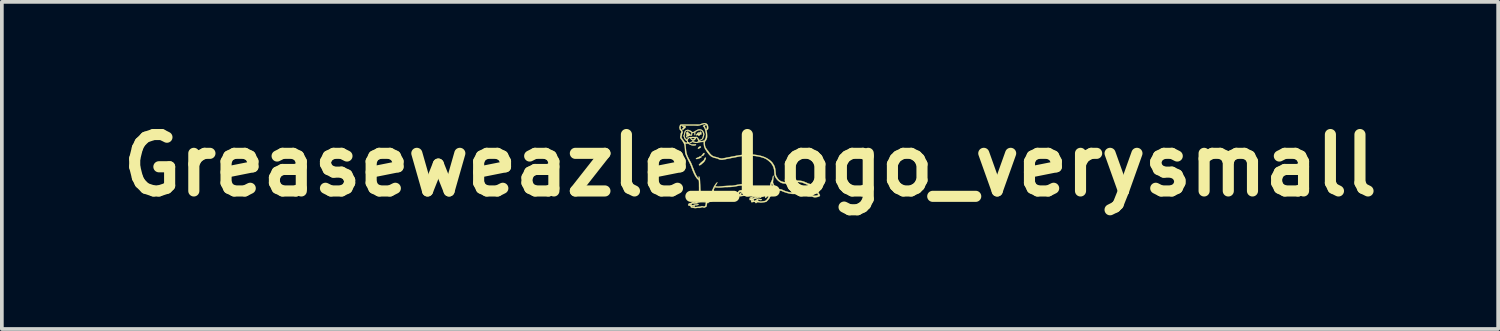
<source format=kicad_pcb>
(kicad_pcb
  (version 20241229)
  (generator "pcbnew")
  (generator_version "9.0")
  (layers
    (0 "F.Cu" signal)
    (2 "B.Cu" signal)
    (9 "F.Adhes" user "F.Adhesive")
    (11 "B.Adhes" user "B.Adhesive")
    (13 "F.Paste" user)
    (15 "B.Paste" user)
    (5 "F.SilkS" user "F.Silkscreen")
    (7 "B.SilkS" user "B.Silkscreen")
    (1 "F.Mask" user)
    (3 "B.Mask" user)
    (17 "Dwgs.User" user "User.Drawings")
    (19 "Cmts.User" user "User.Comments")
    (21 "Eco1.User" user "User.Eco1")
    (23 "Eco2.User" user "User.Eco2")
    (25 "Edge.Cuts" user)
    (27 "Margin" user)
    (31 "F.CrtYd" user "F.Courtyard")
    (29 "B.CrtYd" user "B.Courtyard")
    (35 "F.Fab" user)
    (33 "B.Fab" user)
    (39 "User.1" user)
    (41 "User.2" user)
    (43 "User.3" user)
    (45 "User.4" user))
  (footprint "Greaseweazle_Logo_verysmall"
    (layer "F.Cu")
    (at 17.207 1.418)
    (property "Reference" "Greaseweazle_Logo_verysmall" (at 0 0 0) (layer "F.SilkS") (effects (font (size 1.524 1.524) (thickness 0.3))))
    (attr through_hole)
    (fp_poly (pts (xy -1.712 -0.799) (xy -1.708 -0.797) (xy -1.698 -0.79) (xy -1.691 -0.781) (xy -1.687 -0.772) (xy -1.687 -0.764) (xy -1.692 -0.759) (xy -1.699 -0.756) (xy -1.704 -0.757) (xy -1.711 -0.761) (xy -1.715 -0.764) (xy -1.722 -0.773) (xy -1.726 -0.783) (xy -1.726 -0.788) (xy -1.727 -0.798) (xy -1.725 -0.802) (xy -1.721 -0.802) (xy -1.712 -0.799)) (stroke (width 0.01) (type solid)) (fill yes) (layer "F.SilkS"))
    (fp_poly (pts (xy -1.333 -0.511) (xy -1.329 -0.509) (xy -1.327 -0.505) (xy -1.327 -0.5) (xy -1.328 -0.494) (xy -1.33 -0.489) (xy -1.336 -0.484) (xy -1.345 -0.477) (xy -1.346 -0.477) (xy -1.358 -0.47) (xy -1.371 -0.463) (xy -1.384 -0.457) (xy -1.395 -0.453) (xy -1.403 -0.451) (xy -1.403 -0.451) (xy -1.406 -0.453) (xy -1.407 -0.456) (xy -1.405 -0.463) (xy -1.4 -0.473) (xy -1.393 -0.484) (xy -1.386 -0.492) (xy -1.373 -0.502) (xy -1.356 -0.509) (xy -1.342 -0.511) (xy -1.333 -0.511)) (stroke (width 0.01) (type solid)) (fill yes) (layer "F.SilkS"))
    (fp_poly (pts (xy -1.235 -0.332) (xy -1.232 -0.325) (xy -1.233 -0.315) (xy -1.237 -0.304) (xy -1.249 -0.285) (xy -1.261 -0.271) (xy -1.275 -0.262) (xy -1.28 -0.261) (xy -1.29 -0.257) (xy -1.299 -0.252) (xy -1.301 -0.25) (xy -1.306 -0.246) (xy -1.31 -0.248) (xy -1.311 -0.255) (xy -1.309 -0.264) (xy -1.304 -0.272) (xy -1.3 -0.276) (xy -1.295 -0.28) (xy -1.287 -0.288) (xy -1.28 -0.299) (xy -1.278 -0.301) (xy -1.266 -0.319) (xy -1.255 -0.33) (xy -1.246 -0.335) (xy -1.24 -0.336) (xy -1.235 -0.332)) (stroke (width 0.01) (type solid)) (fill yes) (layer "F.SilkS"))
    (fp_poly (pts (xy -1.318 -0.217) (xy -1.349 -0.202) (xy -1.371 -0.193) (xy -1.393 -0.185) (xy -1.413 -0.179) (xy -1.43 -0.175) (xy -1.444 -0.174) (xy -1.453 -0.175) (xy -1.453 -0.176) (xy -1.458 -0.178) (xy -1.46 -0.179) (xy -1.46 -0.182) (xy -1.459 -0.185) (xy -1.453 -0.192) (xy -1.441 -0.199) (xy -1.423 -0.207) (xy -1.412 -0.211) (xy -1.397 -0.217) (xy -1.383 -0.224) (xy -1.371 -0.231) (xy -1.371 -0.231) (xy -1.36 -0.238) (xy -1.349 -0.242) (xy -1.336 -0.244) (xy -1.336 -0.244) (xy -1.318 -0.245) (xy -1.318 -0.217)) (stroke (width 0.01) (type solid)) (fill yes) (layer "F.SilkS"))
    (fp_poly (pts (xy -0.017 0.627) (xy -0.012 0.648) (xy -0.01 0.666) (xy -0.012 0.682) (xy -0.016 0.699) (xy -0.017 0.7) (xy -0.021 0.71) (xy -0.024 0.716) (xy -0.028 0.719) (xy -0.034 0.72) (xy -0.035 0.72) (xy -0.044 0.72) (xy -0.05 0.717) (xy -0.05 0.717) (xy -0.053 0.71) (xy -0.053 0.698) (xy -0.05 0.684) (xy -0.048 0.68) (xy -0.046 0.671) (xy -0.044 0.663) (xy -0.044 0.652) (xy -0.045 0.636) (xy -0.045 0.635) (xy -0.046 0.622) (xy -0.047 0.612) (xy -0.047 0.606) (xy -0.047 0.605) (xy -0.043 0.604) (xy -0.036 0.603) (xy -0.035 0.603) (xy -0.024 0.602) (xy -0.017 0.627)) (stroke (width 0.01) (type solid)) (fill yes) (layer "F.SilkS"))
    (fp_poly (pts (xy -1.195 -0.206) (xy -1.192 -0.204) (xy -1.192 -0.2) (xy -1.192 -0.198) (xy -1.204 -0.161) (xy -1.221 -0.127) (xy -1.243 -0.096) (xy -1.271 -0.068) (xy -1.284 -0.058) (xy -1.295 -0.049) (xy -1.306 -0.039) (xy -1.314 -0.032) (xy -1.325 -0.022) (xy -1.338 -0.014) (xy -1.35 -0.008) (xy -1.362 -0.005) (xy -1.371 -0.005) (xy -1.374 -0.007) (xy -1.377 -0.013) (xy -1.378 -0.02) (xy -1.377 -0.027) (xy -1.371 -0.031) (xy -1.368 -0.032) (xy -1.362 -0.035) (xy -1.359 -0.038) (xy -1.359 -0.038) (xy -1.356 -0.043) (xy -1.349 -0.052) (xy -1.337 -0.064) (xy -1.322 -0.078) (xy -1.302 -0.095) (xy -1.29 -0.105) (xy -1.247 -0.141) (xy -1.232 -0.174) (xy -1.216 -0.206) (xy -1.203 -0.206) (xy -1.195 -0.206)) (stroke (width 0.01) (type solid)) (fill yes) (layer "F.SilkS"))
    (fp_poly (pts (xy 0.501 0.679) (xy 0.507 0.688) (xy 0.512 0.702) (xy 0.513 0.713) (xy 0.514 0.722) (xy 0.513 0.729) (xy 0.509 0.737) (xy 0.503 0.745) (xy 0.497 0.755) (xy 0.49 0.769) (xy 0.482 0.784) (xy 0.476 0.797) (xy 0.467 0.817) (xy 0.459 0.833) (xy 0.452 0.845) (xy 0.445 0.854) (xy 0.438 0.862) (xy 0.432 0.868) (xy 0.424 0.875) (xy 0.42 0.878) (xy 0.417 0.879) (xy 0.415 0.877) (xy 0.413 0.876) (xy 0.411 0.87) (xy 0.41 0.861) (xy 0.41 0.856) (xy 0.411 0.844) (xy 0.414 0.831) (xy 0.421 0.817) (xy 0.431 0.8) (xy 0.444 0.78) (xy 0.459 0.759) (xy 0.49 0.719) (xy 0.488 0.698) (xy 0.487 0.686) (xy 0.487 0.68) (xy 0.489 0.677) (xy 0.492 0.676) (xy 0.494 0.676) (xy 0.501 0.679)) (stroke (width 0.01) (type solid)) (fill yes) (layer "F.SilkS"))
    (fp_poly (pts (xy -1.793 -1.069) (xy -1.778 -1.065) (xy -1.763 -1.06) (xy -1.736 -1.05) (xy -1.738 -1.037) (xy -1.741 -1.027) (xy -1.745 -1.019) (xy -1.752 -1.011) (xy -1.764 -1.003) (xy -1.771 -0.999) (xy -1.783 -0.991) (xy -1.79 -0.985) (xy -1.795 -0.978) (xy -1.796 -0.975) (xy -1.8 -0.967) (xy -1.805 -0.963) (xy -1.811 -0.962) (xy -1.819 -0.961) (xy -1.824 -0.964) (xy -1.824 -0.964) (xy -1.825 -0.97) (xy -1.826 -0.979) (xy -1.826 -0.981) (xy -1.823 -0.996) (xy -1.813 -1.01) (xy -1.799 -1.022) (xy -1.796 -1.024) (xy -1.788 -1.03) (xy -1.783 -1.034) (xy -1.781 -1.036) (xy -1.784 -1.038) (xy -1.791 -1.041) (xy -1.799 -1.043) (xy -1.814 -1.047) (xy -1.824 -1.051) (xy -1.829 -1.054) (xy -1.831 -1.057) (xy -1.832 -1.062) (xy -1.831 -1.068) (xy -1.827 -1.07) (xy -1.822 -1.07) (xy -1.807 -1.07) (xy -1.793 -1.069)) (stroke (width 0.01) (type solid)) (fill yes) (layer "F.SilkS"))
    (fp_poly (pts (xy -1.328 -0.909) (xy -1.321 -0.902) (xy -1.317 -0.889) (xy -1.315 -0.871) (xy -1.314 -0.862) (xy -1.314 -0.838) (xy -1.327 -0.838) (xy -1.336 -0.837) (xy -1.342 -0.833) (xy -1.348 -0.827) (xy -1.359 -0.816) (xy -1.372 -0.808) (xy -1.385 -0.805) (xy -1.396 -0.807) (xy -1.402 -0.811) (xy -1.409 -0.818) (xy -1.411 -0.82) (xy -1.42 -0.831) (xy -1.427 -0.824) (xy -1.436 -0.818) (xy -1.444 -0.816) (xy -1.452 -0.818) (xy -1.456 -0.823) (xy -1.456 -0.828) (xy -1.452 -0.833) (xy -1.445 -0.84) (xy -1.435 -0.85) (xy -1.431 -0.856) (xy -1.391 -0.856) (xy -1.389 -0.849) (xy -1.387 -0.847) (xy -1.381 -0.847) (xy -1.373 -0.85) (xy -1.367 -0.855) (xy -1.365 -0.859) (xy -1.367 -0.862) (xy -1.375 -0.864) (xy -1.378 -0.864) (xy -1.386 -0.863) (xy -1.39 -0.861) (xy -1.391 -0.856) (xy -1.391 -0.856) (xy -1.431 -0.856) (xy -1.427 -0.861) (xy -1.424 -0.865) (xy -1.419 -0.873) (xy -1.413 -0.878) (xy -1.404 -0.882) (xy -1.395 -0.886) (xy -1.379 -0.89) (xy -1.365 -0.892) (xy -1.359 -0.891) (xy -1.343 -0.89) (xy -1.343 -0.901) (xy -1.342 -0.908) (xy -1.339 -0.911) (xy -1.338 -0.911) (xy -1.328 -0.909)) (stroke (width 0.01) (type solid)) (fill yes) (layer "F.SilkS"))
    (fp_poly (pts (xy -1.676 -0.911) (xy -1.669 -0.909) (xy -1.665 -0.905) (xy -1.664 -0.9) (xy -1.665 -0.893) (xy -1.668 -0.889) (xy -1.675 -0.885) (xy -1.682 -0.881) (xy -1.685 -0.877) (xy -1.685 -0.877) (xy -1.681 -0.875) (xy -1.673 -0.873) (xy -1.665 -0.872) (xy -1.656 -0.87) (xy -1.649 -0.868) (xy -1.648 -0.867) (xy -1.645 -0.864) (xy -1.639 -0.859) (xy -1.632 -0.855) (xy -1.623 -0.848) (xy -1.615 -0.841) (xy -1.611 -0.837) (xy -1.607 -0.827) (xy -1.605 -0.817) (xy -1.605 -0.807) (xy -1.606 -0.803) (xy -1.609 -0.801) (xy -1.613 -0.801) (xy -1.621 -0.804) (xy -1.621 -0.804) (xy -1.633 -0.81) (xy -1.642 -0.8) (xy -1.647 -0.795) (xy -1.653 -0.792) (xy -1.661 -0.791) (xy -1.667 -0.791) (xy -1.679 -0.791) (xy -1.688 -0.794) (xy -1.696 -0.799) (xy -1.703 -0.806) (xy -1.707 -0.813) (xy -1.71 -0.824) (xy -1.71 -0.824) (xy -1.712 -0.837) (xy -1.715 -0.845) (xy -1.689 -0.845) (xy -1.687 -0.84) (xy -1.684 -0.836) (xy -1.679 -0.834) (xy -1.672 -0.836) (xy -1.669 -0.837) (xy -1.662 -0.841) (xy -1.658 -0.843) (xy -1.657 -0.844) (xy -1.658 -0.846) (xy -1.663 -0.849) (xy -1.67 -0.85) (xy -1.677 -0.851) (xy -1.686 -0.849) (xy -1.689 -0.845) (xy -1.715 -0.845) (xy -1.716 -0.849) (xy -1.718 -0.853) (xy -1.722 -0.867) (xy -1.72 -0.88) (xy -1.714 -0.893) (xy -1.704 -0.903) (xy -1.692 -0.909) (xy -1.677 -0.911) (xy -1.676 -0.911)) (stroke (width 0.01) (type solid)) (fill yes) (layer "F.SilkS"))
    (fp_poly (pts (xy -1.206 -1.139) (xy -1.193 -1.137) (xy -1.186 -1.134) (xy -1.184 -1.132) (xy -1.182 -1.128) (xy -1.178 -1.125) (xy -1.169 -1.121) (xy -1.158 -1.112) (xy -1.149 -1.102) (xy -1.143 -1.093) (xy -1.136 -1.072) (xy -1.132 -1.047) (xy -1.13 -1.018) (xy -1.131 -1.004) (xy -1.131 -0.995) (xy -1.133 -0.988) (xy -1.136 -0.983) (xy -1.14 -0.978) (xy -1.146 -0.971) (xy -1.149 -0.964) (xy -1.149 -0.963) (xy -1.152 -0.96) (xy -1.16 -0.959) (xy -1.167 -0.959) (xy -1.172 -0.957) (xy -1.175 -0.954) (xy -1.175 -0.947) (xy -1.174 -0.936) (xy -1.171 -0.921) (xy -1.17 -0.916) (xy -1.166 -0.895) (xy -1.163 -0.871) (xy -1.161 -0.845) (xy -1.16 -0.819) (xy -1.159 -0.794) (xy -1.16 -0.771) (xy -1.161 -0.752) (xy -1.164 -0.739) (xy -1.169 -0.723) (xy -1.177 -0.706) (xy -1.186 -0.687) (xy -1.196 -0.671) (xy -1.206 -0.658) (xy -1.209 -0.655) (xy -1.221 -0.643) (xy -1.221 -0.597) (xy -1.22 -0.576) (xy -1.22 -0.559) (xy -1.218 -0.544) (xy -1.215 -0.53) (xy -1.213 -0.521) (xy -1.21 -0.509) (xy -1.207 -0.499) (xy -1.203 -0.49) (xy -1.198 -0.48) (xy -1.19 -0.468) (xy -1.18 -0.452) (xy -1.175 -0.445) (xy -1.165 -0.431) (xy -1.156 -0.418) (xy -1.149 -0.408) (xy -1.143 -0.402) (xy -1.141 -0.4) (xy -1.137 -0.397) (xy -1.134 -0.393) (xy -1.131 -0.388) (xy -1.125 -0.379) (xy -1.117 -0.367) (xy -1.107 -0.353) (xy -1.102 -0.346) (xy -1.079 -0.317) (xy -1.058 -0.294) (xy -1.037 -0.275) (xy -1.015 -0.259) (xy -0.992 -0.247) (xy -0.966 -0.237) (xy -0.936 -0.23) (xy -0.925 -0.227) (xy -0.906 -0.223) (xy -0.886 -0.218) (xy -0.868 -0.212) (xy -0.858 -0.208) (xy -0.837 -0.2) (xy -0.818 -0.195) (xy -0.8 -0.191) (xy -0.779 -0.188) (xy -0.775 -0.187) (xy -0.77 -0.187) (xy -0.764 -0.187) (xy -0.759 -0.187) (xy -0.752 -0.187) (xy -0.743 -0.188) (xy -0.733 -0.19) (xy -0.719 -0.192) (xy -0.703 -0.195) (xy -0.683 -0.199) (xy -0.658 -0.203) (xy -0.629 -0.209) (xy -0.595 -0.216) (xy -0.562 -0.222) (xy -0.507 -0.233) (xy -0.458 -0.243) (xy -0.413 -0.251) (xy -0.374 -0.259) (xy -0.338 -0.265) (xy -0.305 -0.271) (xy -0.275 -0.276) (xy -0.246 -0.28) (xy -0.22 -0.284) (xy -0.194 -0.287) (xy -0.168 -0.29) (xy -0.142 -0.292) (xy -0.129 -0.294) (xy -0.09 -0.297) (xy -0.055 -0.298) (xy -0.021 -0.298) (xy 0.015 -0.297) (xy 0.054 -0.294) (xy 0.056 -0.294) (xy 0.108 -0.289) (xy 0.156 -0.283) (xy 0.198 -0.277) (xy 0.238 -0.269) (xy 0.275 -0.261) (xy 0.31 -0.252) (xy 0.345 -0.241) (xy 0.359 -0.236) (xy 0.394 -0.223) (xy 0.43 -0.206) (xy 0.465 -0.187) (xy 0.498 -0.167) (xy 0.527 -0.146) (xy 0.553 -0.125) (xy 0.567 -0.112) (xy 0.571 -0.108) (xy 0.578 -0.101) (xy 0.582 -0.098) (xy 0.59 -0.09) (xy 0.601 -0.077) (xy 0.613 -0.06) (xy 0.626 -0.04) (xy 0.639 -0.019) (xy 0.647 -0.005) (xy 0.657 0.014) (xy 0.665 0.034) (xy 0.672 0.055) (xy 0.677 0.079) (xy 0.682 0.107) (xy 0.686 0.14) (xy 0.69 0.177) (xy 0.691 0.183) (xy 0.693 0.21) (xy 0.695 0.232) (xy 0.698 0.25) (xy 0.701 0.266) (xy 0.706 0.279) (xy 0.711 0.292) (xy 0.718 0.305) (xy 0.727 0.32) (xy 0.736 0.333) (xy 0.75 0.354) (xy 0.763 0.371) (xy 0.775 0.385) (xy 0.788 0.397) (xy 0.794 0.401) (xy 0.822 0.421) (xy 0.854 0.435) (xy 0.888 0.445) (xy 0.926 0.451) (xy 0.967 0.452) (xy 1.013 0.449) (xy 1.049 0.443) (xy 1.07 0.44) (xy 1.094 0.436) (xy 1.12 0.431) (xy 1.146 0.427) (xy 1.164 0.424) (xy 1.194 0.419) (xy 1.22 0.415) (xy 1.242 0.412) (xy 1.261 0.411) (xy 1.28 0.41) (xy 1.299 0.411) (xy 1.319 0.412) (xy 1.326 0.413) (xy 1.353 0.415) (xy 1.376 0.418) (xy 1.397 0.421) (xy 1.417 0.426) (xy 1.436 0.432) (xy 1.457 0.439) (xy 1.481 0.449) (xy 1.507 0.461) (xy 1.527 0.469) (xy 1.547 0.478) (xy 1.567 0.486) (xy 1.584 0.493) (xy 1.598 0.497) (xy 1.599 0.497) (xy 1.621 0.503) (xy 1.637 0.51) (xy 1.651 0.519) (xy 1.662 0.532) (xy 1.675 0.55) (xy 1.676 0.553) (xy 1.682 0.561) (xy 1.688 0.568) (xy 1.696 0.574) (xy 1.707 0.581) (xy 1.715 0.586) (xy 1.729 0.594) (xy 1.742 0.604) (xy 1.755 0.615) (xy 1.769 0.629) (xy 1.783 0.646) (xy 1.799 0.666) (xy 1.816 0.69) (xy 1.836 0.719) (xy 1.856 0.749) (xy 1.87 0.771) (xy 1.88 0.788) (xy 1.886 0.8) (xy 1.889 0.808) (xy 1.889 0.809) (xy 1.886 0.82) (xy 1.877 0.83) (xy 1.862 0.839) (xy 1.842 0.847) (xy 1.817 0.853) (xy 1.788 0.857) (xy 1.77 0.859) (xy 1.758 0.86) (xy 1.749 0.86) (xy 1.74 0.859) (xy 1.73 0.858) (xy 1.717 0.855) (xy 1.701 0.85) (xy 1.693 0.848) (xy 1.674 0.843) (xy 1.656 0.838) (xy 1.639 0.833) (xy 1.627 0.829) (xy 1.623 0.827) (xy 1.614 0.824) (xy 1.604 0.822) (xy 1.593 0.821) (xy 1.579 0.819) (xy 1.561 0.818) (xy 1.549 0.818) (xy 1.523 0.817) (xy 1.501 0.815) (xy 1.482 0.813) (xy 1.466 0.81) (xy 1.45 0.806) (xy 1.434 0.801) (xy 1.422 0.797) (xy 1.395 0.788) (xy 1.369 0.78) (xy 1.342 0.775) (xy 1.314 0.771) (xy 1.284 0.769) (xy 1.249 0.769) (xy 1.209 0.769) (xy 1.206 0.769) (xy 1.183 0.77) (xy 1.165 0.77) (xy 1.15 0.77) (xy 1.137 0.769) (xy 1.124 0.768) (xy 1.109 0.766) (xy 1.095 0.763) (xy 1.035 0.751) (xy 0.977 0.735) (xy 0.919 0.715) (xy 0.875 0.697) (xy 0.86 0.69) (xy 0.846 0.686) (xy 0.836 0.683) (xy 0.832 0.683) (xy 0.806 0.68) (xy 0.777 0.673) (xy 0.748 0.662) (xy 0.724 0.649) (xy 0.715 0.643) (xy 0.702 0.634) (xy 0.688 0.623) (xy 0.675 0.612) (xy 0.643 0.585) (xy 0.618 0.535) (xy 0.609 0.519) (xy 0.602 0.505) (xy 0.596 0.495) (xy 0.592 0.488) (xy 0.59 0.486) (xy 0.588 0.489) (xy 0.586 0.496) (xy 0.583 0.506) (xy 0.581 0.518) (xy 0.579 0.529) (xy 0.578 0.537) (xy 0.578 0.539) (xy 0.579 0.555) (xy 0.585 0.569) (xy 0.595 0.583) (xy 0.609 0.599) (xy 0.61 0.6) (xy 0.627 0.618) (xy 0.639 0.634) (xy 0.647 0.651) (xy 0.649 0.662) (xy 0.649 0.679) (xy 0.645 0.698) (xy 0.636 0.717) (xy 0.625 0.735) (xy 0.611 0.751) (xy 0.599 0.76) (xy 0.59 0.766) (xy 0.583 0.772) (xy 0.577 0.778) (xy 0.572 0.786) (xy 0.566 0.797) (xy 0.559 0.812) (xy 0.555 0.822) (xy 0.542 0.848) (xy 0.532 0.87) (xy 0.522 0.888) (xy 0.511 0.903) (xy 0.5 0.917) (xy 0.488 0.931) (xy 0.48 0.939) (xy 0.469 0.95) (xy 0.46 0.96) (xy 0.454 0.967) (xy 0.451 0.971) (xy 0.451 0.971) (xy 0.448 0.974) (xy 0.44 0.978) (xy 0.43 0.982) (xy 0.417 0.986) (xy 0.404 0.989) (xy 0.396 0.99) (xy 0.385 0.992) (xy 0.37 0.994) (xy 0.353 0.996) (xy 0.334 0.999) (xy 0.332 0.999) (xy 0.314 1.001) (xy 0.3 1.002) (xy 0.291 1.003) (xy 0.283 1.002) (xy 0.275 1.001) (xy 0.267 0.999) (xy 0.253 0.996) (xy 0.236 0.994) (xy 0.218 0.994) (xy 0.188 0.994) (xy 0.18 1.005) (xy 0.173 1.012) (xy 0.166 1.016) (xy 0.16 1.016) (xy 0.154 1.015) (xy 0.149 1.013) (xy 0.145 1.007) (xy 0.142 1) (xy 0.135 0.984) (xy 0.108 0.984) (xy 0.09 0.985) (xy 0.075 0.987) (xy 0.069 0.989) (xy 0.054 0.994) (xy 0.044 0.994) (xy 0.037 0.989) (xy 0.033 0.979) (xy 0.033 0.964) (xy 0.033 0.962) (xy 0.171 0.962) (xy 0.174 0.967) (xy 0.181 0.968) (xy 0.188 0.967) (xy 0.192 0.963) (xy 0.191 0.959) (xy 0.186 0.956) (xy 0.181 0.956) (xy 0.174 0.957) (xy 0.172 0.961) (xy 0.171 0.962) (xy 0.033 0.962) (xy 0.033 0.959) (xy 0.058 0.959) (xy 0.059 0.961) (xy 0.063 0.961) (xy 0.072 0.958) (xy 0.079 0.955) (xy 0.084 0.953) (xy 0.085 0.949) (xy 0.084 0.945) (xy 0.079 0.941) (xy 0.072 0.94) (xy 0.065 0.942) (xy 0.065 0.942) (xy 0.062 0.947) (xy 0.059 0.954) (xy 0.058 0.959) (xy 0.033 0.959) (xy 0.034 0.954) (xy 0.035 0.942) (xy 0.035 0.935) (xy 0.034 0.932) (xy 0.033 0.932) (xy 0.027 0.933) (xy 0.018 0.935) (xy 0.012 0.935) (xy 0.002 0.936) (xy -0.004 0.935) (xy -0.007 0.933) (xy -0.008 0.927) (xy -0.009 0.917) (xy -0.009 0.906) (xy 0.013 0.906) (xy 0.015 0.908) (xy 0.021 0.907) (xy 0.022 0.907) (xy 0.03 0.905) (xy 0.033 0.904) (xy 0.033 0.904) (xy 0.034 0.902) (xy 0.058 0.902) (xy 0.06 0.904) (xy 0.066 0.902) (xy 0.073 0.897) (xy 0.091 0.885) (xy 0.108 0.878) (xy 0.123 0.876) (xy 0.137 0.875) (xy 0.152 0.872) (xy 0.169 0.868) (xy 0.184 0.864) (xy 0.198 0.858) (xy 0.208 0.853) (xy 0.215 0.848) (xy 0.215 0.846) (xy 0.215 0.842) (xy 0.212 0.842) (xy 0.205 0.842) (xy 0.196 0.845) (xy 0.184 0.849) (xy 0.175 0.853) (xy 0.165 0.857) (xy 0.158 0.859) (xy 0.151 0.86) (xy 0.142 0.859) (xy 0.129 0.857) (xy 0.108 0.855) (xy 0.091 0.856) (xy 0.079 0.86) (xy 0.07 0.868) (xy 0.064 0.88) (xy 0.059 0.896) (xy 0.058 0.902) (xy 0.034 0.902) (xy 0.034 0.901) (xy 0.036 0.893) (xy 0.036 0.891) (xy 0.037 0.884) (xy 0.036 0.881) (xy 0.032 0.881) (xy 0.031 0.881) (xy 0.021 0.886) (xy 0.016 0.895) (xy 0.014 0.9) (xy 0.013 0.906) (xy -0.009 0.906) (xy -0.009 0.904) (xy -0.009 0.892) (xy -0.007 0.882) (xy -0.006 0.878) (xy -0.000438 0.872) (xy 0.009 0.866) (xy 0.02 0.862) (xy 0.028 0.86) (xy 0.033 0.859) (xy 0.042 0.855) (xy 0.054 0.85) (xy 0.058 0.848) (xy 0.07 0.842) (xy 0.079 0.838) (xy 0.088 0.836) (xy 0.098 0.835) (xy 0.112 0.835) (xy 0.115 0.835) (xy 0.137 0.834) (xy 0.156 0.832) (xy 0.165 0.83) (xy 0.175 0.827) (xy 0.186 0.826) (xy 0.199 0.826) (xy 0.217 0.826) (xy 0.221 0.826) (xy 0.236 0.827) (xy 0.249 0.828) (xy 0.259 0.829) (xy 0.264 0.83) (xy 0.269 0.831) (xy 0.27 0.828) (xy 0.271 0.825) (xy 0.276 0.824) (xy 0.286 0.822) (xy 0.296 0.822) (xy 0.315 0.82) (xy 0.329 0.817) (xy 0.339 0.811) (xy 0.347 0.803) (xy 0.353 0.791) (xy 0.354 0.788) (xy 0.359 0.774) (xy 0.363 0.758) (xy 0.364 0.748) (xy 0.365 0.737) (xy 0.364 0.73) (xy 0.361 0.725) (xy 0.357 0.721) (xy 0.354 0.718) (xy 0.351 0.716) (xy 0.347 0.715) (xy 0.341 0.714) (xy 0.331 0.713) (xy 0.318 0.713) (xy 0.301 0.713) (xy 0.286 0.713) (xy 0.264 0.712) (xy 0.247 0.712) (xy 0.234 0.711) (xy 0.224 0.71) (xy 0.215 0.709) (xy 0.207 0.707) (xy 0.202 0.705) (xy 0.182 0.698) (xy 0.163 0.688) (xy 0.142 0.676) (xy 0.12 0.66) (xy 0.11 0.653) (xy 0.078 0.628) (xy 0.069 0.644) (xy 0.062 0.658) (xy 0.057 0.668) (xy 0.056 0.677) (xy 0.058 0.687) (xy 0.063 0.699) (xy 0.065 0.704) (xy 0.071 0.716) (xy 0.074 0.725) (xy 0.075 0.733) (xy 0.076 0.742) (xy 0.075 0.755) (xy 0.075 0.758) (xy 0.072 0.787) (xy 0.055 0.79) (xy 0.042 0.792) (xy 0.026 0.793) (xy 0.014 0.794) (xy 0.002 0.794) (xy -0.008 0.795) (xy -0.018 0.799) (xy -0.03 0.804) (xy -0.035 0.806) (xy -0.057 0.816) (xy -0.076 0.821) (xy -0.092 0.823) (xy -0.107 0.822) (xy -0.119 0.82) (xy -0.13 0.818) (xy -0.133 0.817) (xy -0.141 0.817) (xy -0.153 0.818) (xy -0.168 0.82) (xy -0.184 0.822) (xy -0.185 0.822) (xy -0.219 0.827) (xy -0.248 0.83) (xy -0.271 0.831) (xy -0.288 0.83) (xy -0.299 0.827) (xy -0.304 0.821) (xy -0.305 0.818) (xy -0.306 0.81) (xy -0.309 0.806) (xy -0.317 0.804) (xy -0.329 0.805) (xy -0.344 0.806) (xy -0.358 0.804) (xy -0.361 0.803) (xy -0.362 0.803) (xy -0.279 0.803) (xy -0.279 0.808) (xy -0.276 0.809) (xy -0.269 0.808) (xy -0.267 0.808) (xy -0.261 0.804) (xy -0.261 0.8) (xy -0.265 0.797) (xy -0.27 0.797) (xy -0.277 0.798) (xy -0.279 0.802) (xy -0.279 0.803) (xy -0.362 0.803) (xy -0.37 0.801) (xy -0.373 0.798) (xy -0.375 0.792) (xy -0.375 0.788) (xy -0.374 0.779) (xy -0.349 0.779) (xy -0.347 0.781) (xy -0.34 0.78) (xy -0.34 0.78) (xy -0.33 0.778) (xy -0.323 0.778) (xy -0.319 0.776) (xy -0.318 0.771) (xy -0.318 0.769) (xy -0.32 0.763) (xy -0.325 0.76) (xy -0.329 0.759) (xy -0.338 0.76) (xy -0.344 0.765) (xy -0.348 0.774) (xy -0.349 0.779) (xy -0.374 0.779) (xy -0.372 0.769) (xy -0.366 0.753) (xy -0.364 0.752) (xy -0.298 0.752) (xy -0.298 0.765) (xy -0.295 0.773) (xy -0.291 0.777) (xy -0.286 0.778) (xy -0.279 0.777) (xy -0.278 0.776) (xy -0.244 0.776) (xy -0.242 0.787) (xy -0.239 0.793) (xy -0.236 0.798) (xy -0.231 0.799) (xy -0.224 0.8) (xy -0.216 0.799) (xy -0.206 0.798) (xy -0.191 0.797) (xy -0.174 0.796) (xy -0.162 0.795) (xy -0.145 0.794) (xy -0.129 0.795) (xy -0.116 0.795) (xy -0.109 0.796) (xy -0.101 0.797) (xy -0.095 0.798) (xy -0.088 0.796) (xy -0.079 0.793) (xy -0.068 0.788) (xy -0.059 0.785) (xy -0.045 0.778) (xy -0.034 0.774) (xy -0.024 0.771) (xy -0.014 0.77) (xy -0.002 0.77) (xy 0.004 0.769) (xy 0.021 0.769) (xy 0.033 0.767) (xy 0.04 0.764) (xy 0.044 0.759) (xy 0.046 0.75) (xy 0.046 0.742) (xy 0.044 0.731) (xy 0.04 0.718) (xy 0.033 0.703) (xy 0.032 0.7) (xy 0.019 0.675) (xy 0.029 0.65) (xy 0.034 0.637) (xy 0.039 0.625) (xy 0.043 0.617) (xy 0.044 0.616) (xy 0.05 0.607) (xy 0.052 0.598) (xy 0.052 0.588) (xy 0.048 0.574) (xy 0.047 0.571) (xy 0.04 0.549) (xy 0.024 0.552) (xy 0.007 0.553) (xy -0.015 0.554) (xy -0.039 0.554) (xy -0.064 0.552) (xy -0.089 0.55) (xy -0.112 0.547) (xy -0.116 0.547) (xy -0.133 0.544) (xy -0.148 0.542) (xy -0.16 0.54) (xy -0.168 0.54) (xy -0.181 0.54) (xy -0.181 0.553) (xy -0.18 0.569) (xy -0.179 0.582) (xy -0.177 0.593) (xy -0.175 0.599) (xy -0.173 0.6) (xy -0.169 0.603) (xy -0.165 0.609) (xy -0.165 0.61) (xy -0.161 0.618) (xy -0.154 0.628) (xy -0.146 0.639) (xy -0.145 0.641) (xy -0.136 0.654) (xy -0.131 0.665) (xy -0.131 0.675) (xy -0.134 0.684) (xy -0.136 0.688) (xy -0.145 0.698) (xy -0.156 0.705) (xy -0.172 0.709) (xy -0.186 0.71) (xy -0.198 0.711) (xy -0.205 0.713) (xy -0.209 0.715) (xy -0.21 0.718) (xy -0.21 0.718) (xy -0.209 0.723) (xy -0.205 0.724) (xy -0.199 0.723) (xy -0.189 0.722) (xy -0.18 0.723) (xy -0.174 0.725) (xy -0.175 0.728) (xy -0.181 0.733) (xy -0.193 0.738) (xy -0.205 0.741) (xy -0.218 0.746) (xy -0.229 0.751) (xy -0.237 0.755) (xy -0.238 0.756) (xy -0.243 0.764) (xy -0.244 0.776) (xy -0.278 0.776) (xy -0.275 0.771) (xy -0.273 0.768) (xy -0.267 0.757) (xy -0.257 0.746) (xy -0.245 0.736) (xy -0.232 0.727) (xy -0.226 0.724) (xy -0.211 0.719) (xy -0.229 0.717) (xy -0.244 0.715) (xy -0.26 0.715) (xy -0.274 0.717) (xy -0.284 0.721) (xy -0.285 0.721) (xy -0.293 0.73) (xy -0.298 0.743) (xy -0.298 0.752) (xy -0.364 0.752) (xy -0.355 0.742) (xy -0.341 0.735) (xy -0.338 0.735) (xy -0.331 0.733) (xy -0.327 0.728) (xy -0.324 0.72) (xy -0.316 0.704) (xy -0.303 0.69) (xy -0.286 0.679) (xy -0.266 0.672) (xy -0.245 0.668) (xy -0.223 0.669) (xy -0.21 0.671) (xy -0.192 0.675) (xy -0.179 0.676) (xy -0.17 0.674) (xy -0.165 0.67) (xy -0.164 0.665) (xy -0.165 0.66) (xy -0.169 0.653) (xy -0.174 0.644) (xy -0.19 0.617) (xy -0.202 0.59) (xy -0.21 0.565) (xy -0.217 0.541) (xy -0.238 0.542) (xy -0.257 0.543) (xy -0.277 0.545) (xy -0.298 0.548) (xy -0.321 0.551) (xy -0.347 0.556) (xy -0.378 0.561) (xy -0.392 0.564) (xy -0.423 0.569) (xy -0.451 0.574) (xy -0.478 0.577) (xy -0.506 0.58) (xy -0.534 0.582) (xy -0.565 0.583) (xy -0.601 0.584) (xy -0.638 0.584) (xy -0.679 0.585) (xy -0.719 0.588) (xy -0.741 0.591) (xy -0.772 0.594) (xy -0.805 0.596) (xy -0.837 0.597) (xy -0.868 0.596) (xy -0.895 0.595) (xy -0.916 0.592) (xy -0.929 0.59) (xy -0.94 0.588) (xy -0.947 0.587) (xy -0.949 0.586) (xy -0.952 0.589) (xy -0.957 0.597) (xy -0.962 0.61) (xy -0.967 0.623) (xy -0.973 0.636) (xy -0.977 0.646) (xy -0.977 0.647) (xy -0.981 0.655) (xy -0.982 0.66) (xy -0.982 0.66) (xy -0.98 0.663) (xy -0.978 0.671) (xy -0.976 0.682) (xy -0.975 0.688) (xy -0.973 0.705) (xy -0.969 0.721) (xy -0.964 0.74) (xy -0.958 0.76) (xy -0.949 0.785) (xy -0.939 0.814) (xy -0.938 0.816) (xy -0.929 0.841) (xy -0.923 0.861) (xy -0.92 0.878) (xy -0.921 0.891) (xy -0.924 0.902) (xy -0.93 0.912) (xy -0.94 0.922) (xy -0.94 0.922) (xy -0.95 0.929) (xy -0.964 0.937) (xy -0.982 0.946) (xy -1.002 0.955) (xy -1.023 0.964) (xy -1.044 0.972) (xy -1.063 0.978) (xy -1.066 0.979) (xy -1.085 0.985) (xy -1.099 0.989) (xy -1.109 0.993) (xy -1.115 0.996) (xy -1.119 0.998) (xy -1.121 1.001) (xy -1.122 1.005) (xy -1.122 1.006) (xy -1.124 1.012) (xy -1.128 1.015) (xy -1.135 1.016) (xy -1.138 1.016) (xy -1.148 1.015) (xy -1.152 1.013) (xy -1.153 1.011) (xy -1.155 1.007) (xy -1.157 1.006) (xy -1.159 1.009) (xy -1.161 1.016) (xy -1.163 1.029) (xy -1.164 1.044) (xy -1.167 1.064) (xy -1.17 1.082) (xy -1.174 1.097) (xy -1.177 1.108) (xy -1.181 1.114) (xy -1.183 1.114) (xy -1.187 1.116) (xy -1.195 1.12) (xy -1.205 1.126) (xy -1.208 1.127) (xy -1.219 1.133) (xy -1.229 1.138) (xy -1.235 1.14) (xy -1.236 1.14) (xy -1.242 1.139) (xy -1.253 1.136) (xy -1.265 1.133) (xy -1.268 1.132) (xy -1.293 1.124) (xy -1.313 1.132) (xy -1.337 1.141) (xy -1.359 1.146) (xy -1.378 1.147) (xy -1.385 1.146) (xy -1.402 1.145) (xy -1.423 1.146) (xy -1.438 1.148) (xy -1.462 1.151) (xy -1.481 1.152) (xy -1.497 1.151) (xy -1.512 1.149) (xy -1.519 1.147) (xy -1.53 1.145) (xy -1.545 1.143) (xy -1.56 1.141) (xy -1.561 1.141) (xy -1.576 1.139) (xy -1.587 1.136) (xy -1.594 1.131) (xy -1.598 1.124) (xy -1.599 1.118) (xy -1.601 1.111) (xy -1.572 1.111) (xy -1.571 1.115) (xy -1.565 1.117) (xy -1.553 1.116) (xy -1.542 1.115) (xy -1.533 1.113) (xy -1.53 1.112) (xy -1.525 1.109) (xy -1.52 1.103) (xy -1.516 1.096) (xy -1.515 1.091) (xy -1.515 1.09) (xy -1.519 1.09) (xy -1.528 1.091) (xy -1.538 1.093) (xy -1.549 1.097) (xy -1.559 1.1) (xy -1.566 1.103) (xy -1.568 1.104) (xy -1.572 1.111) (xy -1.601 1.111) (xy -1.604 1.102) (xy -1.611 1.091) (xy -1.622 1.085) (xy -1.637 1.083) (xy -1.648 1.082) (xy -1.657 1.081) (xy -1.664 1.079) (xy -1.666 1.075) (xy -1.667 1.067) (xy -1.666 1.061) (xy -1.581 1.061) (xy -1.581 1.077) (xy -1.558 1.076) (xy -1.53 1.071) (xy -1.514 1.065) (xy -1.501 1.06) (xy -1.487 1.057) (xy -1.469 1.055) (xy -1.46 1.054) (xy -1.445 1.052) (xy -1.429 1.05) (xy -1.417 1.048) (xy -1.412 1.047) (xy -1.403 1.044) (xy -1.397 1.044) (xy -1.393 1.046) (xy -1.392 1.047) (xy -1.388 1.05) (xy -1.389 1.053) (xy -1.392 1.055) (xy -1.399 1.06) (xy -1.404 1.064) (xy -1.411 1.068) (xy -1.423 1.072) (xy -1.438 1.074) (xy -1.454 1.075) (xy -1.469 1.075) (xy -1.472 1.075) (xy -1.492 1.073) (xy -1.492 1.089) (xy -1.493 1.099) (xy -1.495 1.105) (xy -1.499 1.108) (xy -1.503 1.113) (xy -1.505 1.12) (xy -1.504 1.126) (xy -1.501 1.128) (xy -1.497 1.128) (xy -1.487 1.127) (xy -1.475 1.126) (xy -1.466 1.125) (xy -1.449 1.123) (xy -1.429 1.121) (xy -1.408 1.119) (xy -1.391 1.118) (xy -1.37 1.116) (xy -1.354 1.114) (xy -1.341 1.112) (xy -1.329 1.108) (xy -1.323 1.106) (xy -1.299 1.098) (xy -1.279 1.103) (xy -1.257 1.108) (xy -1.239 1.109) (xy -1.225 1.105) (xy -1.213 1.096) (xy -1.205 1.083) (xy -1.199 1.064) (xy -1.195 1.039) (xy -1.194 1.03) (xy -1.192 1.016) (xy -1.192 1.004) (xy -1.192 0.997) (xy -1.192 0.995) (xy -1.195 0.994) (xy -1.204 0.994) (xy -1.218 0.993) (xy -1.235 0.992) (xy -1.255 0.992) (xy -1.267 0.992) (xy -1.292 0.991) (xy -1.311 0.991) (xy -1.326 0.991) (xy -1.337 0.992) (xy -1.347 0.993) (xy -1.355 0.994) (xy -1.364 0.996) (xy -1.367 0.997) (xy -1.38 1) (xy -1.392 1.002) (xy -1.401 1.003) (xy -1.402 1.003) (xy -1.411 1.005) (xy -1.416 1.01) (xy -1.417 1.012) (xy -1.422 1.02) (xy -1.428 1.024) (xy -1.432 1.024) (xy -1.442 1.025) (xy -1.457 1.026) (xy -1.474 1.027) (xy -1.494 1.028) (xy -1.5 1.028) (xy -1.522 1.028) (xy -1.539 1.029) (xy -1.551 1.03) (xy -1.56 1.031) (xy -1.565 1.032) (xy -1.569 1.033) (xy -1.572 1.035) (xy -1.574 1.037) (xy -1.579 1.044) (xy -1.581 1.054) (xy -1.581 1.061) (xy -1.666 1.061) (xy -1.665 1.055) (xy -1.634 1.055) (xy -1.629 1.057) (xy -1.622 1.057) (xy -1.614 1.057) (xy -1.611 1.055) (xy -1.61 1.05) (xy -1.61 1.048) (xy -1.611 1.04) (xy -1.616 1.038) (xy -1.623 1.042) (xy -1.628 1.045) (xy -1.634 1.052) (xy -1.634 1.055) (xy -1.665 1.055) (xy -1.664 1.052) (xy -1.658 1.039) (xy -1.648 1.029) (xy -1.646 1.028) (xy -1.638 1.025) (xy -1.626 1.021) (xy -1.613 1.018) (xy -1.612 1.018) (xy -1.595 1.014) (xy -1.585 1.01) (xy -1.524 1.01) (xy -1.523 1.013) (xy -1.52 1.014) (xy -1.514 1.014) (xy -1.503 1.014) (xy -1.491 1.012) (xy -1.482 1.011) (xy -1.477 1.01) (xy -1.475 1.007) (xy -1.479 1.005) (xy -1.486 1.003) (xy -1.496 1.002) (xy -1.505 1.002) (xy -1.51 1.002) (xy -1.519 1.004) (xy -1.523 1.007) (xy -1.524 1.01) (xy -1.585 1.01) (xy -1.578 1.007) (xy -1.558 0.998) (xy -1.554 0.995) (xy -1.521 0.978) (xy -1.457 0.978) (xy -1.436 0.978) (xy -1.417 0.977) (xy -1.401 0.977) (xy -1.389 0.977) (xy -1.381 0.976) (xy -1.381 0.976) (xy -1.373 0.974) (xy -1.371 0.972) (xy -1.371 0.967) (xy -1.372 0.966) (xy -1.372 0.961) (xy -1.373 0.951) (xy -1.373 0.935) (xy -1.373 0.915) (xy -1.374 0.89) (xy -1.374 0.861) (xy -1.375 0.828) (xy -1.375 0.793) (xy -1.375 0.755) (xy -1.376 0.715) (xy -1.376 0.686) (xy -1.376 0.637) (xy -1.376 0.593) (xy -1.377 0.556) (xy -1.377 0.523) (xy -1.377 0.495) (xy -1.378 0.472) (xy -1.378 0.452) (xy -1.379 0.436) (xy -1.38 0.423) (xy -1.381 0.413) (xy -1.383 0.405) (xy -1.385 0.399) (xy -1.387 0.394) (xy -1.389 0.391) (xy -1.393 0.388) (xy -1.396 0.385) (xy -1.4 0.382) (xy -1.403 0.381) (xy -1.423 0.362) (xy -1.444 0.338) (xy -1.465 0.307) (xy -1.487 0.271) (xy -1.509 0.228) (xy -1.531 0.18) (xy -1.553 0.127) (xy -1.573 0.072) (xy -1.583 0.045) (xy -1.592 0.022) (xy -1.6 0.000276) (xy -1.609 -0.02) (xy -1.619 -0.042) (xy -1.63 -0.065) (xy -1.643 -0.092) (xy -1.649 -0.104) (xy -1.669 -0.144) (xy -1.686 -0.178) (xy -1.7 -0.209) (xy -1.712 -0.235) (xy -1.722 -0.259) (xy -1.731 -0.28) (xy -1.738 -0.3) (xy -1.741 -0.306) (xy -1.744 -0.317) (xy -1.747 -0.326) (xy -1.749 -0.334) (xy -1.751 -0.344) (xy -1.752 -0.355) (xy -1.753 -0.369) (xy -1.754 -0.387) (xy -1.755 -0.411) (xy -1.755 -0.412) (xy -1.757 -0.444) (xy -1.759 -0.471) (xy -1.761 -0.493) (xy -1.763 -0.511) (xy -1.765 -0.527) (xy -1.768 -0.542) (xy -1.771 -0.555) (xy -1.772 -0.558) (xy -1.776 -0.573) (xy -1.782 -0.587) (xy -1.784 -0.592) (xy -1.749 -0.592) (xy -1.749 -0.587) (xy -1.747 -0.579) (xy -1.745 -0.572) (xy -1.743 -0.562) (xy -1.741 -0.548) (xy -1.739 -0.531) (xy -1.737 -0.512) (xy -1.737 -0.505) (xy -1.734 -0.465) (xy -1.73 -0.431) (xy -1.727 -0.401) (xy -1.723 -0.374) (xy -1.718 -0.349) (xy -1.712 -0.325) (xy -1.71 -0.315) (xy -1.704 -0.295) (xy -1.698 -0.276) (xy -1.69 -0.257) (xy -1.682 -0.237) (xy -1.671 -0.214) (xy -1.658 -0.189) (xy -1.642 -0.159) (xy -1.634 -0.144) (xy -1.623 -0.125) (xy -1.613 -0.107) (xy -1.605 -0.092) (xy -1.598 -0.078) (xy -1.591 -0.064) (xy -1.585 -0.05) (xy -1.578 -0.034) (xy -1.57 -0.015) (xy -1.562 0.006) (xy -1.552 0.032) (xy -1.54 0.062) (xy -1.537 0.071) (xy -1.521 0.111) (xy -1.507 0.146) (xy -1.495 0.177) (xy -1.483 0.203) (xy -1.473 0.227) (xy -1.462 0.248) (xy -1.452 0.268) (xy -1.441 0.286) (xy -1.429 0.304) (xy -1.424 0.313) (xy -1.412 0.329) (xy -1.402 0.342) (xy -1.393 0.351) (xy -1.385 0.355) (xy -1.384 0.356) (xy -1.382 0.353) (xy -1.382 0.344) (xy -1.382 0.329) (xy -1.383 0.327) (xy -1.385 0.298) (xy -1.377 0.302) (xy -1.372 0.305) (xy -1.368 0.31) (xy -1.365 0.317) (xy -1.362 0.327) (xy -1.359 0.34) (xy -1.357 0.357) (xy -1.354 0.378) (xy -1.352 0.403) (xy -1.35 0.433) (xy -1.349 0.468) (xy -1.347 0.51) (xy -1.346 0.529) (xy -1.345 0.557) (xy -1.343 0.588) (xy -1.342 0.621) (xy -1.34 0.652) (xy -1.338 0.68) (xy -1.338 0.687) (xy -1.336 0.715) (xy -1.335 0.738) (xy -1.334 0.759) (xy -1.334 0.78) (xy -1.335 0.802) (xy -1.336 0.827) (xy -1.336 0.838) (xy -1.338 0.868) (xy -1.339 0.893) (xy -1.339 0.912) (xy -1.34 0.927) (xy -1.34 0.937) (xy -1.339 0.945) (xy -1.338 0.949) (xy -1.337 0.952) (xy -1.335 0.952) (xy -1.335 0.953) (xy -1.329 0.95) (xy -1.325 0.948) (xy -1.319 0.945) (xy -1.315 0.945) (xy -1.31 0.948) (xy -1.308 0.954) (xy -1.308 0.959) (xy -1.307 0.967) (xy -1.302 0.972) (xy -1.294 0.974) (xy -1.28 0.972) (xy -1.278 0.972) (xy -1.26 0.971) (xy -1.243 0.974) (xy -1.236 0.977) (xy -1.23 0.981) (xy -1.224 0.98) (xy -1.22 0.978) (xy -1.213 0.976) (xy -1.204 0.973) (xy -1.202 0.973) (xy -1.192 0.97) (xy -1.183 0.964) (xy -1.173 0.954) (xy -1.17 0.95) (xy -1.121 0.95) (xy -1.12 0.956) (xy -1.117 0.958) (xy -1.11 0.957) (xy -1.103 0.955) (xy -1.091 0.952) (xy -1.078 0.947) (xy -1.07 0.945) (xy -1.048 0.937) (xy -1.026 0.928) (xy -1.007 0.92) (xy -0.99 0.913) (xy -0.977 0.906) (xy -0.968 0.901) (xy -0.966 0.899) (xy -0.961 0.894) (xy -0.957 0.892) (xy -0.953 0.891) (xy -0.953 0.89) (xy -0.954 0.883) (xy -0.956 0.871) (xy -0.96 0.855) (xy -0.966 0.837) (xy -0.972 0.817) (xy -0.978 0.799) (xy -0.983 0.781) (xy -0.989 0.763) (xy -0.993 0.749) (xy -0.996 0.737) (xy -0.997 0.734) (xy -0.999 0.725) (xy -1.002 0.719) (xy -1.003 0.718) (xy -1.005 0.72) (xy -1.01 0.727) (xy -1.012 0.733) (xy -1.016 0.74) (xy -1.023 0.752) (xy -1.031 0.767) (xy -1.04 0.784) (xy -1.048 0.797) (xy -1.061 0.821) (xy -1.072 0.841) (xy -1.08 0.856) (xy -1.086 0.867) (xy -1.089 0.875) (xy -1.09 0.881) (xy -1.089 0.884) (xy -1.087 0.885) (xy -1.083 0.886) (xy -1.081 0.886) (xy -1.074 0.888) (xy -1.066 0.893) (xy -1.06 0.899) (xy -1.057 0.904) (xy -1.057 0.904) (xy -1.06 0.905) (xy -1.068 0.906) (xy -1.079 0.907) (xy -1.08 0.907) (xy -1.103 0.906) (xy -1.112 0.924) (xy -1.117 0.935) (xy -1.12 0.945) (xy -1.121 0.95) (xy -1.17 0.95) (xy -1.163 0.94) (xy -1.151 0.921) (xy -1.143 0.907) (xy -1.134 0.891) (xy -1.123 0.871) (xy -1.11 0.849) (xy -1.097 0.827) (xy -1.084 0.805) (xy -1.083 0.803) (xy -1.068 0.777) (xy -1.055 0.755) (xy -1.045 0.733) (xy -1.035 0.711) (xy -1.024 0.686) (xy -1.022 0.681) (xy -1.005 0.639) (xy -0.988 0.603) (xy -0.973 0.571) (xy -0.957 0.544) (xy -0.941 0.52) (xy -0.925 0.498) (xy -0.908 0.479) (xy -0.906 0.477) (xy -0.896 0.466) (xy -0.889 0.46) (xy -0.885 0.457) (xy -0.884 0.457) (xy -0.884 0.46) (xy -0.884 0.464) (xy -0.887 0.471) (xy -0.892 0.481) (xy -0.9 0.495) (xy -0.91 0.51) (xy -0.911 0.512) (xy -0.923 0.53) (xy -0.932 0.545) (xy -0.938 0.555) (xy -0.94 0.561) (xy -0.939 0.564) (xy -0.936 0.564) (xy -0.927 0.566) (xy -0.915 0.567) (xy -0.902 0.569) (xy -0.884 0.57) (xy -0.866 0.571) (xy -0.847 0.571) (xy -0.825 0.57) (xy -0.799 0.568) (xy -0.769 0.566) (xy -0.735 0.562) (xy -0.719 0.56) (xy -0.67 0.556) (xy -0.616 0.553) (xy -0.56 0.551) (xy -0.534 0.55) (xy -0.512 0.55) (xy -0.494 0.549) (xy -0.479 0.548) (xy -0.465 0.547) (xy -0.452 0.545) (xy -0.438 0.542) (xy -0.421 0.54) (xy -0.414 0.538) (xy -0.378 0.531) (xy -0.347 0.525) (xy -0.321 0.521) (xy -0.3 0.517) (xy -0.282 0.514) (xy -0.267 0.512) (xy -0.255 0.51) (xy -0.244 0.509) (xy -0.235 0.509) (xy -0.226 0.509) (xy -0.217 0.509) (xy -0.208 0.509) (xy -0.192 0.51) (xy -0.172 0.512) (xy -0.149 0.514) (xy -0.125 0.516) (xy -0.108 0.517) (xy -0.085 0.519) (xy -0.062 0.522) (xy -0.039 0.523) (xy -0.019 0.525) (xy -0.007 0.526) (xy 0.01 0.527) (xy 0.021 0.527) (xy 0.027 0.527) (xy 0.03 0.526) (xy 0.031 0.524) (xy 0.03 0.522) (xy 0.027 0.51) (xy 0.024 0.497) (xy 0.023 0.484) (xy 0.023 0.472) (xy 0.025 0.464) (xy 0.028 0.46) (xy 0.029 0.46) (xy 0.031 0.461) (xy 0.032 0.463) (xy 0.034 0.467) (xy 0.035 0.476) (xy 0.038 0.489) (xy 0.044 0.511) (xy 0.054 0.535) (xy 0.067 0.559) (xy 0.082 0.581) (xy 0.098 0.599) (xy 0.108 0.608) (xy 0.119 0.616) (xy 0.128 0.623) (xy 0.133 0.628) (xy 0.143 0.636) (xy 0.156 0.645) (xy 0.169 0.655) (xy 0.182 0.663) (xy 0.193 0.67) (xy 0.2 0.674) (xy 0.201 0.674) (xy 0.207 0.675) (xy 0.218 0.676) (xy 0.234 0.677) (xy 0.253 0.678) (xy 0.275 0.678) (xy 0.291 0.679) (xy 0.371 0.68) (xy 0.386 0.696) (xy 0.395 0.707) (xy 0.4 0.718) (xy 0.404 0.732) (xy 0.409 0.753) (xy 0.397 0.78) (xy 0.386 0.802) (xy 0.375 0.819) (xy 0.363 0.831) (xy 0.35 0.839) (xy 0.334 0.845) (xy 0.315 0.848) (xy 0.303 0.85) (xy 0.294 0.851) (xy 0.29 0.852) (xy 0.289 0.853) (xy 0.29 0.856) (xy 0.294 0.862) (xy 0.295 0.865) (xy 0.303 0.877) (xy 0.293 0.875) (xy 0.285 0.874) (xy 0.274 0.872) (xy 0.264 0.87) (xy 0.248 0.868) (xy 0.235 0.868) (xy 0.223 0.871) (xy 0.208 0.877) (xy 0.196 0.884) (xy 0.183 0.891) (xy 0.172 0.895) (xy 0.162 0.898) (xy 0.148 0.9) (xy 0.146 0.9) (xy 0.132 0.901) (xy 0.119 0.904) (xy 0.11 0.906) (xy 0.109 0.906) (xy 0.102 0.91) (xy 0.099 0.915) (xy 0.099 0.923) (xy 0.1 0.937) (xy 0.104 0.948) (xy 0.109 0.956) (xy 0.114 0.958) (xy 0.128 0.957) (xy 0.145 0.95) (xy 0.162 0.938) (xy 0.166 0.934) (xy 0.184 0.918) (xy 0.199 0.907) (xy 0.213 0.9) (xy 0.227 0.898) (xy 0.241 0.9) (xy 0.258 0.905) (xy 0.278 0.91) (xy 0.296 0.911) (xy 0.309 0.912) (xy 0.316 0.914) (xy 0.318 0.918) (xy 0.314 0.925) (xy 0.309 0.929) (xy 0.304 0.934) (xy 0.298 0.936) (xy 0.29 0.936) (xy 0.284 0.936) (xy 0.271 0.933) (xy 0.257 0.929) (xy 0.249 0.926) (xy 0.231 0.917) (xy 0.219 0.925) (xy 0.211 0.931) (xy 0.207 0.935) (xy 0.206 0.936) (xy 0.208 0.941) (xy 0.213 0.949) (xy 0.219 0.955) (xy 0.225 0.959) (xy 0.226 0.959) (xy 0.232 0.96) (xy 0.241 0.963) (xy 0.253 0.967) (xy 0.253 0.967) (xy 0.269 0.972) (xy 0.284 0.974) (xy 0.3 0.974) (xy 0.319 0.972) (xy 0.331 0.97) (xy 0.346 0.968) (xy 0.363 0.966) (xy 0.371 0.965) (xy 0.39 0.963) (xy 0.404 0.96) (xy 0.415 0.955) (xy 0.425 0.949) (xy 0.437 0.939) (xy 0.441 0.935) (xy 0.45 0.926) (xy 0.458 0.918) (xy 0.465 0.908) (xy 0.472 0.897) (xy 0.48 0.883) (xy 0.49 0.865) (xy 0.501 0.842) (xy 0.502 0.841) (xy 0.515 0.815) (xy 0.526 0.795) (xy 0.536 0.779) (xy 0.546 0.766) (xy 0.556 0.756) (xy 0.566 0.747) (xy 0.571 0.744) (xy 0.583 0.736) (xy 0.591 0.729) (xy 0.596 0.723) (xy 0.601 0.715) (xy 0.603 0.71) (xy 0.61 0.69) (xy 0.612 0.67) (xy 0.61 0.654) (xy 0.608 0.648) (xy 0.605 0.642) (xy 0.6 0.636) (xy 0.593 0.629) (xy 0.583 0.62) (xy 0.575 0.613) (xy 0.56 0.598) (xy 0.55 0.582) (xy 0.545 0.564) (xy 0.544 0.543) (xy 0.546 0.518) (xy 0.548 0.509) (xy 0.551 0.495) (xy 0.556 0.48) (xy 0.562 0.464) (xy 0.571 0.444) (xy 0.575 0.437) (xy 0.592 0.4) (xy 0.604 0.365) (xy 0.613 0.331) (xy 0.617 0.309) (xy 0.62 0.295) (xy 0.622 0.286) (xy 0.624 0.281) (xy 0.626 0.28) (xy 0.63 0.28) (xy 0.63 0.281) (xy 0.632 0.282) (xy 0.633 0.285) (xy 0.634 0.29) (xy 0.634 0.298) (xy 0.634 0.309) (xy 0.632 0.324) (xy 0.63 0.344) (xy 0.627 0.369) (xy 0.625 0.388) (xy 0.623 0.412) (xy 0.621 0.43) (xy 0.62 0.444) (xy 0.62 0.454) (xy 0.62 0.463) (xy 0.622 0.47) (xy 0.624 0.477) (xy 0.626 0.482) (xy 0.643 0.522) (xy 0.664 0.556) (xy 0.688 0.585) (xy 0.697 0.593) (xy 0.724 0.614) (xy 0.754 0.63) (xy 0.787 0.64) (xy 0.824 0.646) (xy 0.825 0.647) (xy 0.838 0.648) (xy 0.85 0.651) (xy 0.863 0.656) (xy 0.879 0.663) (xy 0.881 0.664) (xy 0.912 0.678) (xy 0.944 0.691) (xy 0.977 0.702) (xy 1.008 0.712) (xy 1.037 0.719) (xy 1.062 0.724) (xy 1.064 0.724) (xy 1.072 0.725) (xy 1.085 0.726) (xy 1.103 0.727) (xy 1.125 0.728) (xy 1.149 0.729) (xy 1.176 0.73) (xy 1.195 0.73) (xy 1.232 0.731) (xy 1.263 0.733) (xy 1.289 0.734) (xy 1.311 0.736) (xy 1.331 0.738) (xy 1.348 0.74) (xy 1.364 0.743) (xy 1.379 0.747) (xy 1.395 0.751) (xy 1.412 0.757) (xy 1.421 0.76) (xy 1.439 0.766) (xy 1.456 0.771) (xy 1.47 0.776) (xy 1.481 0.779) (xy 1.486 0.78) (xy 1.494 0.781) (xy 1.498 0.78) (xy 1.498 0.777) (xy 1.497 0.774) (xy 1.495 0.761) (xy 1.493 0.749) (xy 1.522 0.749) (xy 1.523 0.755) (xy 1.527 0.763) (xy 1.533 0.778) (xy 1.55 0.778) (xy 1.566 0.779) (xy 1.587 0.782) (xy 1.613 0.788) (xy 1.641 0.795) (xy 1.672 0.804) (xy 1.674 0.805) (xy 1.69 0.81) (xy 1.705 0.814) (xy 1.717 0.817) (xy 1.724 0.819) (xy 1.726 0.82) (xy 1.733 0.82) (xy 1.745 0.82) (xy 1.759 0.818) (xy 1.775 0.817) (xy 1.79 0.815) (xy 1.802 0.813) (xy 1.803 0.813) (xy 1.821 0.808) (xy 1.834 0.803) (xy 1.84 0.798) (xy 1.841 0.795) (xy 1.84 0.791) (xy 1.835 0.783) (xy 1.828 0.771) (xy 1.819 0.756) (xy 1.808 0.74) (xy 1.805 0.735) (xy 1.784 0.704) (xy 1.764 0.678) (xy 1.745 0.657) (xy 1.727 0.64) (xy 1.708 0.626) (xy 1.7 0.62) (xy 1.688 0.613) (xy 1.678 0.605) (xy 1.668 0.594) (xy 1.655 0.579) (xy 1.652 0.576) (xy 1.64 0.561) (xy 1.63 0.551) (xy 1.624 0.545) (xy 1.619 0.544) (xy 1.617 0.547) (xy 1.616 0.555) (xy 1.616 0.557) (xy 1.615 0.57) (xy 1.611 0.58) (xy 1.604 0.587) (xy 1.599 0.59) (xy 1.592 0.596) (xy 1.588 0.603) (xy 1.586 0.61) (xy 1.584 0.625) (xy 1.581 0.635) (xy 1.579 0.642) (xy 1.575 0.648) (xy 1.571 0.652) (xy 1.56 0.662) (xy 1.546 0.668) (xy 1.546 0.668) (xy 1.53 0.674) (xy 1.531 0.701) (xy 1.531 0.716) (xy 1.53 0.726) (xy 1.528 0.734) (xy 1.526 0.738) (xy 1.523 0.745) (xy 1.522 0.749) (xy 1.493 0.749) (xy 1.493 0.748) (xy 1.493 0.736) (xy 1.495 0.728) (xy 1.495 0.728) (xy 1.497 0.721) (xy 1.499 0.711) (xy 1.501 0.698) (xy 1.502 0.693) (xy 1.504 0.675) (xy 1.506 0.662) (xy 1.509 0.653) (xy 1.513 0.647) (xy 1.519 0.644) (xy 1.527 0.641) (xy 1.53 0.64) (xy 1.542 0.636) (xy 1.55 0.629) (xy 1.556 0.62) (xy 1.56 0.606) (xy 1.562 0.599) (xy 1.566 0.583) (xy 1.574 0.572) (xy 1.585 0.564) (xy 1.586 0.564) (xy 1.593 0.56) (xy 1.597 0.558) (xy 1.597 0.557) (xy 1.595 0.551) (xy 1.591 0.543) (xy 1.585 0.536) (xy 1.58 0.532) (xy 1.58 0.531) (xy 1.575 0.53) (xy 1.565 0.526) (xy 1.552 0.52) (xy 1.535 0.513) (xy 1.517 0.506) (xy 1.513 0.504) (xy 1.484 0.492) (xy 1.459 0.482) (xy 1.439 0.474) (xy 1.423 0.467) (xy 1.41 0.462) (xy 1.399 0.458) (xy 1.389 0.456) (xy 1.38 0.454) (xy 1.371 0.453) (xy 1.362 0.451) (xy 1.353 0.451) (xy 1.334 0.449) (xy 1.314 0.448) (xy 1.293 0.448) (xy 1.271 0.449) (xy 1.246 0.451) (xy 1.218 0.453) (xy 1.186 0.457) (xy 1.15 0.462) (xy 1.109 0.468) (xy 1.074 0.473) (xy 1.051 0.476) (xy 1.027 0.479) (xy 1.003 0.482) (xy 0.982 0.484) (xy 0.968 0.485) (xy 0.949 0.486) (xy 0.934 0.487) (xy 0.921 0.486) (xy 0.907 0.485) (xy 0.892 0.482) (xy 0.889 0.481) (xy 0.868 0.477) (xy 0.853 0.473) (xy 0.839 0.467) (xy 0.833 0.464) (xy 0.792 0.437) (xy 0.755 0.407) (xy 0.724 0.374) (xy 0.697 0.337) (xy 0.676 0.297) (xy 0.675 0.293) (xy 0.671 0.283) (xy 0.668 0.275) (xy 0.665 0.267) (xy 0.663 0.258) (xy 0.662 0.247) (xy 0.661 0.232) (xy 0.659 0.214) (xy 0.658 0.202) (xy 0.657 0.18) (xy 0.655 0.158) (xy 0.653 0.137) (xy 0.651 0.119) (xy 0.649 0.108) (xy 0.641 0.073) (xy 0.628 0.037) (xy 0.61 0.00018) (xy 0.587 -0.036) (xy 0.579 -0.048) (xy 0.562 -0.068) (xy 0.541 -0.09) (xy 0.517 -0.112) (xy 0.492 -0.134) (xy 0.466 -0.153) (xy 0.441 -0.17) (xy 0.418 -0.183) (xy 0.416 -0.184) (xy 0.371 -0.203) (xy 0.32 -0.219) (xy 0.266 -0.234) (xy 0.208 -0.246) (xy 0.147 -0.255) (xy 0.121 -0.258) (xy 0.103 -0.259) (xy 0.081 -0.26) (xy 0.054 -0.261) (xy 0.024 -0.261) (xy -0.007 -0.262) (xy -0.04 -0.262) (xy -0.072 -0.261) (xy -0.103 -0.261) (xy -0.131 -0.26) (xy -0.155 -0.259) (xy -0.17 -0.258) (xy -0.186 -0.256) (xy -0.202 -0.255) (xy -0.217 -0.253) (xy -0.233 -0.251) (xy -0.25 -0.249) (xy -0.269 -0.246) (xy -0.29 -0.242) (xy -0.314 -0.238) (xy -0.342 -0.232) (xy -0.374 -0.226) (xy -0.411 -0.219) (xy -0.449 -0.211) (xy -0.499 -0.202) (xy -0.544 -0.193) (xy -0.582 -0.185) (xy -0.616 -0.179) (xy -0.645 -0.173) (xy -0.67 -0.168) (xy -0.691 -0.164) (xy -0.709 -0.161) (xy -0.723 -0.158) (xy -0.735 -0.156) (xy -0.745 -0.155) (xy -0.753 -0.154) (xy -0.759 -0.153) (xy -0.764 -0.153) (xy -0.768 -0.153) (xy -0.773 -0.153) (xy -0.777 -0.154) (xy -0.779 -0.154) (xy -0.807 -0.157) (xy -0.83 -0.164) (xy -0.851 -0.173) (xy -0.852 -0.174) (xy -0.862 -0.18) (xy -0.871 -0.184) (xy -0.875 -0.186) (xy -0.88 -0.188) (xy -0.891 -0.191) (xy -0.904 -0.194) (xy -0.917 -0.197) (xy -0.942 -0.202) (xy -0.964 -0.207) (xy -0.985 -0.214) (xy -1.007 -0.223) (xy -1.025 -0.232) (xy -1.041 -0.24) (xy -1.056 -0.249) (xy -1.07 -0.261) (xy -1.085 -0.274) (xy -1.1 -0.29) (xy -1.117 -0.31) (xy -1.135 -0.333) (xy -1.156 -0.361) (xy -1.177 -0.391) (xy -1.199 -0.424) (xy -1.216 -0.454) (xy -1.229 -0.483) (xy -1.239 -0.512) (xy -1.244 -0.542) (xy -1.247 -0.573) (xy -1.248 -0.596) (xy -1.248 -0.639) (xy -1.263 -0.637) (xy -1.272 -0.636) (xy -1.285 -0.635) (xy -1.301 -0.633) (xy -1.319 -0.632) (xy -1.324 -0.632) (xy -1.351 -0.63) (xy -1.372 -0.627) (xy -1.388 -0.623) (xy -1.401 -0.619) (xy -1.409 -0.614) (xy -1.417 -0.611) (xy -1.431 -0.61) (xy -1.447 -0.61) (xy -1.465 -0.611) (xy -1.484 -0.614) (xy -1.501 -0.617) (xy -1.517 -0.621) (xy -1.529 -0.626) (xy -1.536 -0.631) (xy -1.54 -0.633) (xy -1.548 -0.634) (xy -1.557 -0.632) (xy -1.563 -0.63) (xy -1.565 -0.627) (xy -1.568 -0.624) (xy -1.575 -0.62) (xy -1.585 -0.616) (xy -1.595 -0.614) (xy -1.603 -0.613) (xy -1.611 -0.614) (xy -1.618 -0.618) (xy -1.624 -0.622) (xy -1.626 -0.625) (xy -1.623 -0.627) (xy -1.615 -0.629) (xy -1.607 -0.631) (xy -1.593 -0.634) (xy -1.578 -0.639) (xy -1.571 -0.641) (xy -1.561 -0.645) (xy -1.555 -0.649) (xy -1.553 -0.653) (xy -1.551 -0.661) (xy -1.551 -0.662) (xy -1.55 -0.673) (xy -1.551 -0.679) (xy -1.556 -0.682) (xy -1.561 -0.684) (xy -1.576 -0.69) (xy -1.59 -0.701) (xy -1.602 -0.716) (xy -1.61 -0.733) (xy -1.611 -0.736) (xy -1.613 -0.741) (xy -1.593 -0.741) (xy -1.592 -0.735) (xy -1.592 -0.734) (xy -1.588 -0.725) (xy -1.578 -0.715) (xy -1.575 -0.713) (xy -1.567 -0.707) (xy -1.56 -0.704) (xy -1.553 -0.703) (xy -1.543 -0.703) (xy -1.54 -0.704) (xy -1.528 -0.705) (xy -1.517 -0.708) (xy -1.511 -0.71) (xy -1.498 -0.72) (xy -1.491 -0.729) (xy -1.489 -0.735) (xy -1.489 -0.738) (xy -1.49 -0.74) (xy -1.494 -0.741) (xy -1.499 -0.742) (xy -1.509 -0.743) (xy -1.523 -0.743) (xy -1.541 -0.744) (xy -1.558 -0.744) (xy -1.573 -0.744) (xy -1.585 -0.744) (xy -1.591 -0.744) (xy -1.593 -0.744) (xy -1.593 -0.741) (xy -1.613 -0.741) (xy -1.613 -0.744) (xy -1.616 -0.749) (xy -1.618 -0.749) (xy -1.625 -0.747) (xy -1.636 -0.742) (xy -1.648 -0.735) (xy -1.659 -0.726) (xy -1.662 -0.724) (xy -1.677 -0.707) (xy -1.686 -0.689) (xy -1.689 -0.671) (xy -1.685 -0.652) (xy -1.682 -0.644) (xy -1.678 -0.635) (xy -1.674 -0.631) (xy -1.668 -0.629) (xy -1.662 -0.629) (xy -1.652 -0.628) (xy -1.647 -0.624) (xy -1.645 -0.617) (xy -1.645 -0.608) (xy -1.644 -0.602) (xy -1.642 -0.598) (xy -1.637 -0.595) (xy -1.627 -0.592) (xy -1.616 -0.587) (xy -1.609 -0.582) (xy -1.608 -0.58) (xy -1.604 -0.574) (xy -1.598 -0.569) (xy -1.595 -0.568) (xy -1.59 -0.566) (xy -1.582 -0.566) (xy -1.572 -0.565) (xy -1.557 -0.565) (xy -1.537 -0.566) (xy -1.531 -0.566) (xy -1.512 -0.566) (xy -1.495 -0.567) (xy -1.481 -0.568) (xy -1.471 -0.569) (xy -1.466 -0.57) (xy -1.462 -0.57) (xy -1.46 -0.565) (xy -1.46 -0.563) (xy -1.46 -0.556) (xy -1.462 -0.552) (xy -1.471 -0.547) (xy -1.485 -0.543) (xy -1.501 -0.54) (xy -1.518 -0.539) (xy -1.524 -0.538) (xy -1.547 -0.54) (xy -1.57 -0.544) (xy -1.595 -0.553) (xy -1.623 -0.565) (xy -1.635 -0.571) (xy -1.675 -0.591) (xy -1.712 -0.593) (xy -1.727 -0.593) (xy -1.739 -0.593) (xy -1.747 -0.593) (xy -1.749 -0.592) (xy -1.784 -0.592) (xy -1.787 -0.6) (xy -1.793 -0.609) (xy -1.797 -0.614) (xy -1.797 -0.614) (xy -1.8 -0.618) (xy -1.804 -0.626) (xy -1.81 -0.636) (xy -1.811 -0.639) (xy -1.818 -0.651) (xy -1.827 -0.666) (xy -1.838 -0.681) (xy -1.846 -0.692) (xy -1.862 -0.712) (xy -1.873 -0.729) (xy -1.881 -0.744) (xy -1.885 -0.757) (xy -1.885 -0.77) (xy -1.883 -0.784) (xy -1.88 -0.793) (xy -1.875 -0.816) (xy -1.873 -0.834) (xy -1.873 -0.848) (xy -1.87 -0.859) (xy -1.866 -0.87) (xy -1.864 -0.873) (xy -1.859 -0.885) (xy -1.854 -0.895) (xy -1.853 -0.901) (xy -1.853 -0.914) (xy -1.859 -0.928) (xy -1.869 -0.942) (xy -1.879 -0.952) (xy -1.888 -0.96) (xy -1.893 -0.967) (xy -1.897 -0.976) (xy -1.9 -0.987) (xy -1.905 -1.017) (xy -1.904 -1.035) (xy -1.877 -1.035) (xy -1.877 -1.027) (xy -1.875 -1.003) (xy -1.87 -0.985) (xy -1.861 -0.972) (xy -1.85 -0.964) (xy -1.844 -0.96) (xy -1.839 -0.955) (xy -1.835 -0.947) (xy -1.83 -0.935) (xy -1.829 -0.932) (xy -1.822 -0.913) (xy -1.818 -0.898) (xy -1.817 -0.887) (xy -1.819 -0.88) (xy -1.823 -0.875) (xy -1.829 -0.867) (xy -1.834 -0.858) (xy -1.837 -0.845) (xy -1.84 -0.828) (xy -1.84 -0.826) (xy -1.841 -0.811) (xy -1.844 -0.798) (xy -1.846 -0.789) (xy -1.847 -0.787) (xy -1.849 -0.776) (xy -1.85 -0.763) (xy -1.847 -0.749) (xy -1.844 -0.736) (xy -1.838 -0.727) (xy -1.832 -0.722) (xy -1.827 -0.72) (xy -1.826 -0.718) (xy -1.824 -0.714) (xy -1.819 -0.707) (xy -1.812 -0.698) (xy -1.81 -0.695) (xy -1.801 -0.682) (xy -1.792 -0.669) (xy -1.785 -0.658) (xy -1.785 -0.657) (xy -1.778 -0.647) (xy -1.771 -0.639) (xy -1.76 -0.63) (xy -1.751 -0.624) (xy -1.726 -0.607) (xy -1.712 -0.612) (xy -1.704 -0.615) (xy -1.7 -0.619) (xy -1.699 -0.625) (xy -1.699 -0.631) (xy -1.698 -0.642) (xy -1.697 -0.65) (xy -1.697 -0.653) (xy -1.697 -0.657) (xy -1.7 -0.66) (xy -1.708 -0.664) (xy -1.711 -0.665) (xy -1.72 -0.668) (xy -1.726 -0.672) (xy -1.727 -0.673) (xy -1.729 -0.677) (xy -1.734 -0.684) (xy -1.742 -0.693) (xy -1.747 -0.699) (xy -1.759 -0.713) (xy -1.767 -0.723) (xy -1.772 -0.731) (xy -1.774 -0.738) (xy -1.775 -0.744) (xy -1.775 -0.745) (xy -1.776 -0.753) (xy -1.781 -0.763) (xy -1.781 -0.763) (xy -1.786 -0.773) (xy -1.79 -0.784) (xy -1.791 -0.786) (xy -1.793 -0.793) (xy -1.793 -0.8) (xy -1.792 -0.804) (xy -1.774 -0.804) (xy -1.771 -0.79) (xy -1.765 -0.774) (xy -1.764 -0.772) (xy -1.759 -0.76) (xy -1.755 -0.749) (xy -1.754 -0.744) (xy -1.75 -0.732) (xy -1.744 -0.724) (xy -1.737 -0.721) (xy -1.737 -0.721) (xy -1.731 -0.719) (xy -1.723 -0.715) (xy -1.722 -0.714) (xy -1.715 -0.709) (xy -1.713 -0.704) (xy -1.713 -0.7) (xy -1.713 -0.694) (xy -1.711 -0.692) (xy -1.706 -0.696) (xy -1.704 -0.698) (xy -1.698 -0.704) (xy -1.693 -0.707) (xy -1.688 -0.713) (xy -1.685 -0.722) (xy -1.679 -0.736) (xy -1.667 -0.748) (xy -1.65 -0.757) (xy -1.628 -0.763) (xy -1.609 -0.765) (xy -1.592 -0.767) (xy -1.573 -0.767) (xy -1.552 -0.768) (xy -1.532 -0.768) (xy -1.513 -0.768) (xy -1.497 -0.767) (xy -1.485 -0.766) (xy -1.482 -0.765) (xy -1.474 -0.764) (xy -1.471 -0.765) (xy -1.47 -0.767) (xy -1.467 -0.77) (xy -1.46 -0.771) (xy -1.45 -0.771) (xy -1.44 -0.768) (xy -1.433 -0.766) (xy -1.418 -0.756) (xy -1.404 -0.739) (xy -1.39 -0.718) (xy -1.386 -0.709) (xy -1.381 -0.699) (xy -1.376 -0.69) (xy -1.373 -0.686) (xy -1.373 -0.686) (xy -1.369 -0.686) (xy -1.361 -0.688) (xy -1.358 -0.689) (xy -1.346 -0.691) (xy -1.334 -0.694) (xy -1.333 -0.694) (xy -1.324 -0.697) (xy -1.314 -0.703) (xy -1.303 -0.713) (xy -1.293 -0.723) (xy -1.287 -0.731) (xy -1.284 -0.74) (xy -1.281 -0.75) (xy -1.277 -0.763) (xy -1.273 -0.779) (xy -1.268 -0.794) (xy -1.268 -0.795) (xy -1.263 -0.81) (xy -1.261 -0.822) (xy -1.261 -0.833) (xy -1.261 -0.843) (xy -1.266 -0.871) (xy -1.275 -0.896) (xy -1.288 -0.919) (xy -1.305 -0.936) (xy -1.311 -0.941) (xy -1.319 -0.946) (xy -1.327 -0.95) (xy -1.337 -0.951) (xy -1.349 -0.952) (xy -1.366 -0.952) (xy -1.382 -0.95) (xy -1.398 -0.946) (xy -1.417 -0.939) (xy -1.438 -0.929) (xy -1.445 -0.925) (xy -1.462 -0.916) (xy -1.473 -0.908) (xy -1.48 -0.903) (xy -1.481 -0.901) (xy -1.482 -0.895) (xy -1.482 -0.884) (xy -1.483 -0.87) (xy -1.483 -0.855) (xy -1.483 -0.838) (xy -1.483 -0.827) (xy -1.484 -0.82) (xy -1.486 -0.817) (xy -1.487 -0.816) (xy -1.492 -0.819) (xy -1.495 -0.828) (xy -1.498 -0.842) (xy -1.499 -0.861) (xy -1.499 -0.864) (xy -1.499 -0.877) (xy -1.499 -0.886) (xy -1.5 -0.892) (xy -1.5 -0.892) (xy -1.504 -0.891) (xy -1.511 -0.888) (xy -1.512 -0.887) (xy -1.52 -0.884) (xy -1.532 -0.881) (xy -1.543 -0.878) (xy -1.564 -0.874) (xy -1.565 -0.846) (xy -1.567 -0.827) (xy -1.57 -0.813) (xy -1.574 -0.806) (xy -1.58 -0.803) (xy -1.58 -0.803) (xy -1.582 -0.804) (xy -1.584 -0.807) (xy -1.584 -0.813) (xy -1.584 -0.824) (xy -1.584 -0.839) (xy -1.583 -0.854) (xy -1.582 -0.867) (xy -1.581 -0.876) (xy -1.58 -0.88) (xy -1.58 -0.883) (xy -1.584 -0.887) (xy -1.591 -0.893) (xy -1.603 -0.902) (xy -1.607 -0.904) (xy -1.621 -0.913) (xy -1.636 -0.922) (xy -1.648 -0.929) (xy -1.654 -0.933) (xy -1.664 -0.938) (xy -1.671 -0.94) (xy -1.679 -0.941) (xy -1.689 -0.94) (xy -1.693 -0.939) (xy -1.713 -0.936) (xy -1.728 -0.932) (xy -1.738 -0.926) (xy -1.745 -0.917) (xy -1.749 -0.905) (xy -1.752 -0.889) (xy -1.753 -0.885) (xy -1.758 -0.859) (xy -1.765 -0.836) (xy -1.766 -0.834) (xy -1.772 -0.818) (xy -1.774 -0.804) (xy -1.792 -0.804) (xy -1.791 -0.808) (xy -1.786 -0.819) (xy -1.786 -0.82) (xy -1.781 -0.836) (xy -1.777 -0.853) (xy -1.774 -0.865) (xy -1.771 -0.886) (xy -1.767 -0.903) (xy -1.762 -0.916) (xy -1.755 -0.926) (xy -1.748 -0.933) (xy -1.733 -0.944) (xy -1.715 -0.953) (xy -1.696 -0.958) (xy -1.683 -0.96) (xy -1.671 -0.959) (xy -1.655 -0.955) (xy -1.638 -0.948) (xy -1.621 -0.941) (xy -1.605 -0.933) (xy -1.59 -0.924) (xy -1.58 -0.916) (xy -1.575 -0.91) (xy -1.568 -0.903) (xy -1.557 -0.899) (xy -1.544 -0.898) (xy -1.531 -0.9) (xy -1.518 -0.905) (xy -1.517 -0.906) (xy -1.509 -0.911) (xy -1.497 -0.918) (xy -1.482 -0.927) (xy -1.465 -0.936) (xy -1.448 -0.945) (xy -1.432 -0.954) (xy -1.418 -0.961) (xy -1.408 -0.966) (xy -1.408 -0.966) (xy -1.399 -0.97) (xy -1.389 -0.972) (xy -1.377 -0.973) (xy -1.362 -0.973) (xy -1.346 -0.973) (xy -1.332 -0.971) (xy -1.32 -0.967) (xy -1.306 -0.96) (xy -1.29 -0.95) (xy -1.285 -0.947) (xy -1.277 -0.939) (xy -1.268 -0.927) (xy -1.259 -0.912) (xy -1.251 -0.895) (xy -1.245 -0.879) (xy -1.243 -0.872) (xy -1.24 -0.858) (xy -1.238 -0.845) (xy -1.238 -0.831) (xy -1.241 -0.816) (xy -1.245 -0.798) (xy -1.251 -0.776) (xy -1.26 -0.75) (xy -1.263 -0.74) (xy -1.273 -0.722) (xy -1.288 -0.706) (xy -1.308 -0.692) (xy -1.332 -0.682) (xy -1.355 -0.675) (xy -1.364 -0.673) (xy -1.37 -0.67) (xy -1.372 -0.668) (xy -1.374 -0.664) (xy -1.382 -0.661) (xy -1.389 -0.66) (xy -1.393 -0.661) (xy -1.396 -0.664) (xy -1.399 -0.67) (xy -1.402 -0.68) (xy -1.405 -0.688) (xy -1.412 -0.708) (xy -1.418 -0.722) (xy -1.425 -0.733) (xy -1.433 -0.741) (xy -1.438 -0.745) (xy -1.448 -0.751) (xy -1.455 -0.752) (xy -1.457 -0.749) (xy -1.457 -0.749) (xy -1.46 -0.734) (xy -1.469 -0.719) (xy -1.48 -0.705) (xy -1.487 -0.697) (xy -1.493 -0.69) (xy -1.495 -0.686) (xy -1.495 -0.686) (xy -1.498 -0.683) (xy -1.503 -0.683) (xy -1.512 -0.682) (xy -1.52 -0.681) (xy -1.526 -0.679) (xy -1.529 -0.676) (xy -1.53 -0.67) (xy -1.53 -0.663) (xy -1.53 -0.648) (xy -1.515 -0.643) (xy -1.495 -0.637) (xy -1.475 -0.633) (xy -1.455 -0.63) (xy -1.439 -0.629) (xy -1.426 -0.63) (xy -1.419 -0.632) (xy -1.414 -0.637) (xy -1.412 -0.643) (xy -1.408 -0.649) (xy -1.402 -0.651) (xy -1.401 -0.651) (xy -1.393 -0.652) (xy -1.388 -0.654) (xy -1.384 -0.656) (xy -1.374 -0.657) (xy -1.359 -0.657) (xy -1.341 -0.657) (xy -1.323 -0.656) (xy -1.309 -0.656) (xy -1.298 -0.657) (xy -1.288 -0.658) (xy -1.277 -0.661) (xy -1.266 -0.664) (xy -1.252 -0.668) (xy -1.24 -0.673) (xy -1.232 -0.677) (xy -1.229 -0.678) (xy -1.225 -0.684) (xy -1.22 -0.694) (xy -1.216 -0.703) (xy -1.212 -0.714) (xy -1.208 -0.723) (xy -1.205 -0.727) (xy -1.197 -0.74) (xy -1.192 -0.759) (xy -1.191 -0.782) (xy -1.19 -0.796) (xy -1.189 -0.809) (xy -1.188 -0.819) (xy -1.188 -0.82) (xy -1.187 -0.83) (xy -1.188 -0.845) (xy -1.19 -0.864) (xy -1.194 -0.885) (xy -1.199 -0.909) (xy -1.204 -0.932) (xy -1.21 -0.955) (xy -1.217 -0.977) (xy -1.223 -0.995) (xy -1.225 -1.001) (xy -1.232 -1.014) (xy -1.24 -1.028) (xy -1.248 -1.04) (xy -1.256 -1.048) (xy -1.263 -1.053) (xy -1.266 -1.054) (xy -1.27 -1.056) (xy -1.269 -1.061) (xy -1.265 -1.067) (xy -1.26 -1.071) (xy -1.248 -1.079) (xy -1.235 -1.085) (xy -1.224 -1.09) (xy -1.213 -1.092) (xy -1.206 -1.092) (xy -1.203 -1.088) (xy -1.203 -1.088) (xy -1.206 -1.081) (xy -1.213 -1.074) (xy -1.219 -1.07) (xy -1.224 -1.066) (xy -1.224 -1.058) (xy -1.224 -1.058) (xy -1.221 -1.051) (xy -1.218 -1.04) (xy -1.213 -1.027) (xy -1.207 -1.013) (xy -1.202 -0.999) (xy -1.196 -0.986) (xy -1.192 -0.976) (xy -1.189 -0.97) (xy -1.188 -0.968) (xy -1.181 -0.971) (xy -1.175 -0.979) (xy -1.169 -0.992) (xy -1.165 -1.006) (xy -1.162 -1.023) (xy -1.161 -1.037) (xy -1.162 -1.052) (xy -1.164 -1.064) (xy -1.168 -1.072) (xy -1.176 -1.084) (xy -1.188 -1.096) (xy -1.201 -1.107) (xy -1.215 -1.115) (xy -1.227 -1.12) (xy -1.232 -1.121) (xy -1.238 -1.12) (xy -1.248 -1.117) (xy -1.261 -1.113) (xy -1.277 -1.108) (xy -1.284 -1.106) (xy -1.304 -1.1) (xy -1.327 -1.093) (xy -1.349 -1.087) (xy -1.368 -1.082) (xy -1.368 -1.082) (xy -1.384 -1.079) (xy -1.395 -1.076) (xy -1.405 -1.075) (xy -1.415 -1.074) (xy -1.427 -1.074) (xy -1.441 -1.075) (xy -1.457 -1.076) (xy -1.472 -1.077) (xy -1.491 -1.078) (xy -1.514 -1.078) (xy -1.54 -1.079) (xy -1.569 -1.079) (xy -1.6 -1.079) (xy -1.631 -1.079) (xy -1.663 -1.079) (xy -1.695 -1.079) (xy -1.725 -1.079) (xy -1.754 -1.079) (xy -1.781 -1.079) (xy -1.804 -1.078) (xy -1.824 -1.077) (xy -1.839 -1.077) (xy -1.85 -1.076) (xy -1.854 -1.075) (xy -1.865 -1.07) (xy -1.872 -1.062) (xy -1.876 -1.051) (xy -1.877 -1.035) (xy -1.904 -1.035) (xy -1.903 -1.044) (xy -1.896 -1.07) (xy -1.893 -1.077) (xy -1.887 -1.088) (xy -1.882 -1.095) (xy -1.877 -1.099) (xy -1.871 -1.101) (xy -1.87 -1.101) (xy -1.862 -1.102) (xy -1.848 -1.103) (xy -1.827 -1.103) (xy -1.801 -1.103) (xy -1.768 -1.103) (xy -1.731 -1.103) (xy -1.726 -1.103) (xy -1.716 -1.103) (xy -1.7 -1.103) (xy -1.679 -1.103) (xy -1.655 -1.103) (xy -1.627 -1.103) (xy -1.597 -1.103) (xy -1.565 -1.103) (xy -1.532 -1.103) (xy -1.526 -1.103) (xy -1.36 -1.103) (xy -1.322 -1.118) (xy -1.297 -1.127) (xy -1.276 -1.134) (xy -1.257 -1.138) (xy -1.239 -1.139) (xy -1.225 -1.14) (xy -1.206 -1.139)) (stroke (width 0.01) (type solid)) (fill yes) (layer "F.SilkS")))
  (gr_rect
    (start -3 -3)
    (end 37.413 5.836)
    (stroke (width 0.1) (type default))
    (fill no)
    (layer "Edge.Cuts")))
</source>
